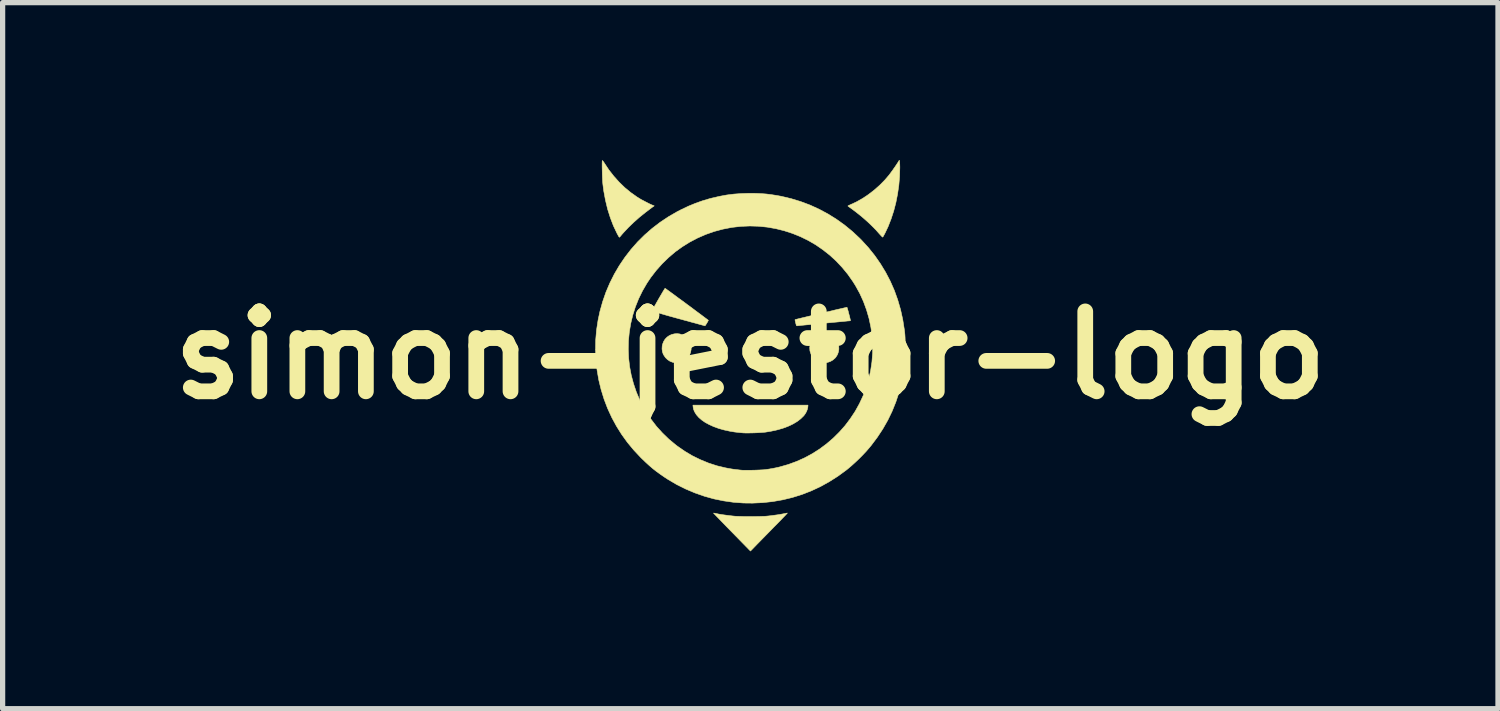
<source format=kicad_pcb>
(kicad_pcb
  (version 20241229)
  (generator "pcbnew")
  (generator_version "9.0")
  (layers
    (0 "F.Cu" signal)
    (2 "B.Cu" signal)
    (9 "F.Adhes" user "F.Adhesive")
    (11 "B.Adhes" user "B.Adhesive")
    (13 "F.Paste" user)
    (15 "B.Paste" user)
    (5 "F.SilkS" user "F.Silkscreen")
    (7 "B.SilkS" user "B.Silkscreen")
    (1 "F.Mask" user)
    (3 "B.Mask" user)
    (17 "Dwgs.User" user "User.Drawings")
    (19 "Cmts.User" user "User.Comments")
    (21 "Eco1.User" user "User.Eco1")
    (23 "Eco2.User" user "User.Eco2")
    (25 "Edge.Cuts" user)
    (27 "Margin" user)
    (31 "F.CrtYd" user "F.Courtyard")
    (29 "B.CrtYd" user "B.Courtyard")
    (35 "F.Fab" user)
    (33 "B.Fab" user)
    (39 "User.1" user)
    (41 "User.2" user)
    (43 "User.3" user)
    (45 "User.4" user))
  (footprint "simon-jestor-logo"
    (layer "F.Cu")
    (at 11.256 3.722)
    (property "Reference" "simon-jestor-logo" (at 0 0 0) (layer "F.SilkS") (effects (font (size 1.524 1.524) (thickness 0.3))))
    (attr through_hole)
    (fp_poly (pts (xy 1.479 -0.403) (xy 1.534 -0.383) (xy 1.534 -0.383) (xy 1.583 -0.353) (xy 1.623 -0.314) (xy 1.653 -0.27) (xy 1.675 -0.221) (xy 1.687 -0.169) (xy 1.689 -0.115) (xy 1.68 -0.062) (xy 1.662 -0.011) (xy 1.632 0.037) (xy 1.618 0.054) (xy 1.575 0.092) (xy 1.526 0.12) (xy 1.474 0.138) (xy 1.418 0.146) (xy 1.363 0.142) (xy 1.332 0.134) (xy 1.277 0.11) (xy 1.229 0.076) (xy 1.189 0.034) (xy 1.159 -0.016) (xy 1.14 -0.072) (xy 1.136 -0.09) (xy 1.133 -0.148) (xy 1.142 -0.203) (xy 1.162 -0.256) (xy 1.195 -0.304) (xy 1.216 -0.327) (xy 1.262 -0.365) (xy 1.313 -0.392) (xy 1.367 -0.407) (xy 1.423 -0.411) (xy 1.479 -0.403)) (stroke (width 0.01) (type solid)) (fill yes) (layer "F.SilkS"))
    (fp_poly (pts (xy -1.343 -0.404) (xy -1.293 -0.388) (xy -1.246 -0.361) (xy -1.204 -0.324) (xy -1.167 -0.275) (xy -1.142 -0.223) (xy -1.129 -0.167) (xy -1.128 -0.111) (xy -1.139 -0.053) (xy -1.156 -0.009) (xy -1.176 0.024) (xy -1.205 0.058) (xy -1.237 0.088) (xy -1.27 0.111) (xy -1.277 0.114) (xy -1.332 0.136) (xy -1.39 0.145) (xy -1.448 0.142) (xy -1.48 0.136) (xy -1.531 0.116) (xy -1.578 0.085) (xy -1.619 0.045) (xy -1.651 -0.003) (xy -1.66 -0.019) (xy -1.676 -0.066) (xy -1.683 -0.119) (xy -1.68 -0.173) (xy -1.673 -0.207) (xy -1.653 -0.26) (xy -1.624 -0.306) (xy -1.587 -0.344) (xy -1.544 -0.374) (xy -1.497 -0.395) (xy -1.446 -0.407) (xy -1.395 -0.411) (xy -1.343 -0.404)) (stroke (width 0.01) (type solid)) (fill yes) (layer "F.SilkS"))
    (fp_poly (pts (xy 1.097 0.991) (xy 1.089 1.029) (xy 1.073 1.072) (xy 1.05 1.114) (xy 1.023 1.151) (xy 1.021 1.154) (xy 0.962 1.212) (xy 0.893 1.265) (xy 0.812 1.313) (xy 0.721 1.356) (xy 0.62 1.394) (xy 0.51 1.425) (xy 0.391 1.451) (xy 0.286 1.468) (xy 0.254 1.471) (xy 0.213 1.474) (xy 0.165 1.477) (xy 0.114 1.48) (xy 0.061 1.482) (xy 0.009 1.483) (xy -0.039 1.484) (xy -0.082 1.484) (xy -0.117 1.483) (xy -0.137 1.482) (xy -0.191 1.477) (xy -0.236 1.472) (xy -0.273 1.468) (xy -0.305 1.464) (xy -0.334 1.459) (xy -0.364 1.454) (xy -0.384 1.451) (xy -0.495 1.427) (xy -0.599 1.398) (xy -0.694 1.364) (xy -0.781 1.325) (xy -0.859 1.283) (xy -0.927 1.236) (xy -0.984 1.186) (xy -1.03 1.133) (xy -1.064 1.077) (xy -1.065 1.075) (xy -1.083 1.028) (xy -1.09 0.991) (xy -1.094 0.953) (xy 1.1 0.953) (xy 1.097 0.991)) (stroke (width 0.01) (type solid)) (fill yes) (layer "F.SilkS"))
    (fp_poly (pts (xy -2.815 -3.707) (xy -2.805 -3.695) (xy -2.791 -3.676) (xy -2.781 -3.66) (xy -2.697 -3.533) (xy -2.603 -3.413) (xy -2.502 -3.3) (xy -2.395 -3.196) (xy -2.281 -3.102) (xy -2.163 -3.018) (xy -2.108 -2.984) (xy -2.076 -2.965) (xy -2.037 -2.945) (xy -1.996 -2.923) (xy -1.955 -2.902) (xy -1.917 -2.883) (xy -1.884 -2.868) (xy -1.859 -2.858) (xy -1.857 -2.857) (xy -1.832 -2.847) (xy -1.87 -2.82) (xy -2 -2.722) (xy -2.12 -2.625) (xy -2.229 -2.528) (xy -2.328 -2.432) (xy -2.415 -2.339) (xy -2.431 -2.321) (xy -2.452 -2.297) (xy -2.47 -2.275) (xy -2.484 -2.259) (xy -2.492 -2.25) (xy -2.492 -2.249) (xy -2.497 -2.249) (xy -2.503 -2.255) (xy -2.513 -2.27) (xy -2.526 -2.294) (xy -2.541 -2.322) (xy -2.61 -2.467) (xy -2.669 -2.621) (xy -2.72 -2.782) (xy -2.761 -2.952) (xy -2.794 -3.129) (xy -2.81 -3.251) (xy -2.813 -3.28) (xy -2.816 -3.316) (xy -2.818 -3.358) (xy -2.82 -3.403) (xy -2.822 -3.451) (xy -2.823 -3.499) (xy -2.824 -3.547) (xy -2.825 -3.591) (xy -2.825 -3.631) (xy -2.825 -3.665) (xy -2.824 -3.69) (xy -2.823 -3.706) (xy -2.821 -3.711) (xy -2.815 -3.707)) (stroke (width 0.01) (type solid)) (fill yes) (layer "F.SilkS"))
    (fp_poly (pts (xy 2.841 -3.716) (xy 2.844 -3.706) (xy 2.845 -3.699) (xy 2.847 -3.684) (xy 2.849 -3.659) (xy 2.85 -3.627) (xy 2.851 -3.591) (xy 2.851 -3.572) (xy 2.846 -3.406) (xy 2.832 -3.24) (xy 2.808 -3.074) (xy 2.776 -2.911) (xy 2.735 -2.752) (xy 2.685 -2.599) (xy 2.628 -2.453) (xy 2.569 -2.328) (xy 2.554 -2.3) (xy 2.541 -2.276) (xy 2.531 -2.259) (xy 2.524 -2.25) (xy 2.524 -2.25) (xy 2.518 -2.254) (xy 2.505 -2.266) (xy 2.488 -2.284) (xy 2.467 -2.307) (xy 2.457 -2.318) (xy 2.392 -2.391) (xy 2.317 -2.467) (xy 2.235 -2.545) (xy 2.149 -2.621) (xy 2.06 -2.694) (xy 1.972 -2.762) (xy 1.941 -2.785) (xy 1.913 -2.805) (xy 1.89 -2.822) (xy 1.872 -2.835) (xy 1.862 -2.843) (xy 1.861 -2.845) (xy 1.866 -2.849) (xy 1.88 -2.856) (xy 1.897 -2.864) (xy 2.017 -2.919) (xy 2.135 -2.985) (xy 2.251 -3.062) (xy 2.363 -3.148) (xy 2.469 -3.242) (xy 2.568 -3.343) (xy 2.646 -3.434) (xy 2.663 -3.457) (xy 2.684 -3.486) (xy 2.708 -3.518) (xy 2.732 -3.553) (xy 2.757 -3.588) (xy 2.78 -3.622) (xy 2.801 -3.654) (xy 2.818 -3.68) (xy 2.831 -3.701) (xy 2.838 -3.714) (xy 2.839 -3.717) (xy 2.841 -3.716)) (stroke (width 0.01) (type solid)) (fill yes) (layer "F.SilkS"))
    (fp_poly (pts (xy 0.704 3.014) (xy 0.692 3.027) (xy 0.674 3.047) (xy 0.649 3.073) (xy 0.618 3.105) (xy 0.583 3.142) (xy 0.543 3.183) (xy 0.5 3.227) (xy 0.488 3.239) (xy 0.438 3.289) (xy 0.387 3.342) (xy 0.335 3.395) (xy 0.284 3.447) (xy 0.236 3.496) (xy 0.192 3.541) (xy 0.155 3.579) (xy 0.133 3.601) (xy 0.003 3.735) (xy -0.35 3.374) (xy -0.405 3.318) (xy -0.458 3.264) (xy -0.507 3.213) (xy -0.552 3.167) (xy -0.592 3.125) (xy -0.627 3.089) (xy -0.656 3.059) (xy -0.679 3.035) (xy -0.694 3.019) (xy -0.701 3.012) (xy -0.701 3.011) (xy -0.695 3.011) (xy -0.679 3.014) (xy -0.657 3.018) (xy -0.656 3.018) (xy -0.601 3.03) (xy -0.535 3.041) (xy -0.461 3.051) (xy -0.382 3.061) (xy -0.318 3.068) (xy -0.286 3.071) (xy -0.243 3.073) (xy -0.192 3.074) (xy -0.134 3.076) (xy -0.072 3.076) (xy -0.008 3.077) (xy 0.057 3.076) (xy 0.12 3.076) (xy 0.179 3.075) (xy 0.233 3.073) (xy 0.279 3.072) (xy 0.314 3.069) (xy 0.324 3.068) (xy 0.383 3.062) (xy 0.443 3.054) (xy 0.503 3.046) (xy 0.558 3.038) (xy 0.607 3.029) (xy 0.644 3.022) (xy 0.67 3.017) (xy 0.691 3.013) (xy 0.704 3.01) (xy 0.707 3.01) (xy 0.704 3.014)) (stroke (width 0.01) (type solid)) (fill yes) (layer "F.SilkS"))
    (fp_poly (pts (xy 1.846 -0.907) (xy 1.851 -0.89) (xy 1.858 -0.866) (xy 1.867 -0.836) (xy 1.875 -0.803) (xy 1.884 -0.769) (xy 1.893 -0.735) (xy 1.9 -0.705) (xy 1.906 -0.681) (xy 1.909 -0.664) (xy 1.91 -0.657) (xy 1.91 -0.657) (xy 1.903 -0.656) (xy 1.885 -0.654) (xy 1.856 -0.652) (xy 1.818 -0.648) (xy 1.771 -0.643) (xy 1.715 -0.638) (xy 1.653 -0.632) (xy 1.586 -0.626) (xy 1.513 -0.619) (xy 1.436 -0.612) (xy 1.419 -0.61) (xy 1.341 -0.603) (xy 1.266 -0.596) (xy 1.196 -0.589) (xy 1.131 -0.583) (xy 1.072 -0.578) (xy 1.02 -0.573) (xy 0.977 -0.569) (xy 0.943 -0.565) (xy 0.92 -0.563) (xy 0.908 -0.562) (xy 0.907 -0.561) (xy 0.891 -0.56) (xy 0.881 -0.563) (xy 0.881 -0.563) (xy 0.877 -0.572) (xy 0.872 -0.589) (xy 0.866 -0.611) (xy 0.861 -0.634) (xy 0.856 -0.655) (xy 0.853 -0.67) (xy 0.853 -0.677) (xy 0.859 -0.679) (xy 0.877 -0.684) (xy 0.905 -0.691) (xy 0.942 -0.7) (xy 0.987 -0.711) (xy 1.038 -0.723) (xy 1.095 -0.737) (xy 1.157 -0.752) (xy 1.221 -0.767) (xy 1.288 -0.783) (xy 1.356 -0.8) (xy 1.424 -0.816) (xy 1.49 -0.831) (xy 1.554 -0.846) (xy 1.614 -0.861) (xy 1.67 -0.874) (xy 1.72 -0.885) (xy 1.763 -0.895) (xy 1.798 -0.903) (xy 1.824 -0.909) (xy 1.839 -0.912) (xy 1.843 -0.913) (xy 1.846 -0.907)) (stroke (width 0.01) (type solid)) (fill yes) (layer "F.SilkS"))
    (fp_poly (pts (xy -1.619 -1.271) (xy -1.603 -1.26) (xy -1.579 -1.242) (xy -1.548 -1.22) (xy -1.51 -1.192) (xy -1.467 -1.161) (xy -1.42 -1.126) (xy -1.369 -1.088) (xy -1.315 -1.049) (xy -1.259 -1.008) (xy -1.203 -0.966) (xy -1.147 -0.925) (xy -1.092 -0.884) (xy -1.039 -0.844) (xy -0.989 -0.807) (xy -0.943 -0.773) (xy -0.902 -0.742) (xy -0.866 -0.715) (xy -0.838 -0.694) (xy -0.816 -0.678) (xy -0.804 -0.668) (xy -0.8 -0.665) (xy -0.803 -0.657) (xy -0.811 -0.642) (xy -0.822 -0.623) (xy -0.834 -0.602) (xy -0.847 -0.583) (xy -0.857 -0.568) (xy -0.863 -0.56) (xy -0.864 -0.56) (xy -0.87 -0.561) (xy -0.888 -0.566) (xy -0.916 -0.574) (xy -0.954 -0.584) (xy -1 -0.597) (xy -1.054 -0.612) (xy -1.115 -0.628) (xy -1.182 -0.647) (xy -1.254 -0.666) (xy -1.329 -0.687) (xy -1.372 -0.698) (xy -1.454 -0.721) (xy -1.531 -0.742) (xy -1.602 -0.762) (xy -1.667 -0.781) (xy -1.724 -0.797) (xy -1.774 -0.811) (xy -1.814 -0.823) (xy -1.845 -0.833) (xy -1.865 -0.839) (xy -1.875 -0.843) (xy -1.875 -0.843) (xy -1.871 -0.852) (xy -1.862 -0.869) (xy -1.848 -0.894) (xy -1.831 -0.925) (xy -1.81 -0.962) (xy -1.788 -1.001) (xy -1.764 -1.043) (xy -1.74 -1.085) (xy -1.716 -1.126) (xy -1.693 -1.165) (xy -1.672 -1.201) (xy -1.654 -1.231) (xy -1.64 -1.254) (xy -1.63 -1.269) (xy -1.626 -1.275) (xy -1.626 -1.275) (xy -1.619 -1.271)) (stroke (width 0.01) (type solid)) (fill yes) (layer "F.SilkS"))
    (fp_poly (pts (xy 0.111 -3.085) (xy 0.211 -3.08) (xy 0.306 -3.073) (xy 0.4 -3.061) (xy 0.498 -3.046) (xy 0.591 -3.029) (xy 0.777 -2.985) (xy 0.96 -2.929) (xy 1.139 -2.862) (xy 1.312 -2.783) (xy 1.48 -2.693) (xy 1.642 -2.592) (xy 1.797 -2.481) (xy 1.946 -2.359) (xy 2.086 -2.228) (xy 2.118 -2.196) (xy 2.251 -2.051) (xy 2.372 -1.9) (xy 2.482 -1.742) (xy 2.581 -1.579) (xy 2.669 -1.41) (xy 2.746 -1.235) (xy 2.811 -1.054) (xy 2.865 -0.868) (xy 2.907 -0.677) (xy 2.938 -0.48) (xy 2.944 -0.431) (xy 2.948 -0.388) (xy 2.951 -0.335) (xy 2.953 -0.275) (xy 2.955 -0.21) (xy 2.956 -0.143) (xy 2.956 -0.076) (xy 2.955 -0.012) (xy 2.953 0.047) (xy 2.95 0.097) (xy 2.947 0.133) (xy 2.921 0.332) (xy 2.884 0.525) (xy 2.835 0.712) (xy 2.775 0.893) (xy 2.704 1.069) (xy 2.622 1.239) (xy 2.528 1.404) (xy 2.422 1.565) (xy 2.305 1.721) (xy 2.266 1.768) (xy 2.209 1.834) (xy 2.144 1.903) (xy 2.074 1.974) (xy 2 2.044) (xy 1.927 2.11) (xy 1.857 2.169) (xy 1.827 2.193) (xy 1.668 2.309) (xy 1.504 2.413) (xy 1.336 2.506) (xy 1.162 2.587) (xy 0.985 2.656) (xy 0.803 2.713) (xy 0.617 2.758) (xy 0.428 2.791) (xy 0.236 2.812) (xy 0.04 2.821) (xy -0.13 2.819) (xy -0.32 2.805) (xy -0.508 2.778) (xy -0.694 2.74) (xy -0.877 2.689) (xy -1.057 2.626) (xy -1.232 2.552) (xy -1.403 2.467) (xy -1.568 2.37) (xy -1.631 2.329) (xy -1.711 2.274) (xy -1.786 2.22) (xy -1.856 2.165) (xy -1.925 2.106) (xy -1.996 2.041) (xy -2.07 1.97) (xy -2.093 1.947) (xy -2.224 1.807) (xy -2.344 1.662) (xy -2.453 1.511) (xy -2.552 1.353) (xy -2.641 1.189) (xy -2.721 1.015) (xy -2.789 0.837) (xy -2.845 0.655) (xy -2.89 0.47) (xy -2.922 0.283) (xy -2.943 0.094) (xy -2.951 -0.096) (xy -2.951 -0.11) (xy -2.327 -0.11) (xy -2.32 0.055) (xy -2.301 0.22) (xy -2.27 0.383) (xy -2.227 0.544) (xy -2.173 0.703) (xy -2.107 0.858) (xy -2.071 0.93) (xy -1.986 1.081) (xy -1.892 1.223) (xy -1.789 1.358) (xy -1.675 1.484) (xy -1.552 1.603) (xy -1.418 1.714) (xy -1.386 1.738) (xy -1.247 1.834) (xy -1.102 1.92) (xy -0.95 1.994) (xy -0.794 2.058) (xy -0.634 2.11) (xy -0.47 2.149) (xy -0.406 2.161) (xy -0.366 2.168) (xy -0.328 2.174) (xy -0.289 2.179) (xy -0.246 2.184) (xy -0.196 2.19) (xy -0.162 2.193) (xy -0.14 2.195) (xy -0.108 2.195) (xy -0.068 2.195) (xy -0.022 2.195) (xy 0.028 2.194) (xy 0.079 2.193) (xy 0.13 2.191) (xy 0.178 2.189) (xy 0.22 2.187) (xy 0.255 2.185) (xy 0.28 2.182) (xy 0.283 2.182) (xy 0.355 2.172) (xy 0.42 2.161) (xy 0.481 2.149) (xy 0.544 2.135) (xy 0.564 2.13) (xy 0.725 2.084) (xy 0.883 2.026) (xy 1.035 1.958) (xy 1.181 1.879) (xy 1.321 1.79) (xy 1.454 1.691) (xy 1.58 1.583) (xy 1.698 1.466) (xy 1.808 1.342) (xy 1.908 1.209) (xy 2 1.07) (xy 2.081 0.924) (xy 2.152 0.772) (xy 2.207 0.625) (xy 2.257 0.462) (xy 2.294 0.296) (xy 2.319 0.129) (xy 2.332 -0.039) (xy 2.333 -0.207) (xy 2.322 -0.374) (xy 2.298 -0.539) (xy 2.263 -0.703) (xy 2.216 -0.864) (xy 2.158 -1.022) (xy 2.088 -1.176) (xy 2.006 -1.325) (xy 1.957 -1.403) (xy 1.859 -1.543) (xy 1.752 -1.673) (xy 1.637 -1.795) (xy 1.514 -1.908) (xy 1.384 -2.01) (xy 1.248 -2.104) (xy 1.105 -2.187) (xy 0.958 -2.259) (xy 0.805 -2.321) (xy 0.648 -2.372) (xy 0.488 -2.412) (xy 0.325 -2.441) (xy 0.159 -2.458) (xy -0.009 -2.463) (xy -0.178 -2.456) (xy -0.347 -2.437) (xy -0.359 -2.435) (xy -0.527 -2.402) (xy -0.691 -2.358) (xy -0.85 -2.302) (xy -1.004 -2.235) (xy -1.153 -2.157) (xy -1.296 -2.068) (xy -1.432 -1.97) (xy -1.56 -1.861) (xy -1.681 -1.743) (xy -1.794 -1.616) (xy -1.899 -1.48) (xy -1.97 -1.374) (xy -2.055 -1.228) (xy -2.129 -1.077) (xy -2.191 -0.922) (xy -2.241 -0.764) (xy -2.28 -0.603) (xy -2.307 -0.44) (xy -2.323 -0.275) (xy -2.327 -0.11) (xy -2.951 -0.11) (xy -2.948 -0.287) (xy -2.932 -0.477) (xy -2.903 -0.666) (xy -2.867 -0.835) (xy -2.815 -1.021) (xy -2.752 -1.202) (xy -2.677 -1.378) (xy -2.592 -1.547) (xy -2.496 -1.711) (xy -2.39 -1.867) (xy -2.275 -2.016) (xy -2.15 -2.158) (xy -2.016 -2.291) (xy -1.873 -2.416) (xy -1.722 -2.532) (xy -1.563 -2.638) (xy -1.396 -2.735) (xy -1.314 -2.777) (xy -1.179 -2.841) (xy -1.048 -2.895) (xy -0.916 -2.942) (xy -0.779 -2.983) (xy -0.724 -2.997) (xy -0.585 -3.029) (xy -0.45 -3.054) (xy -0.316 -3.071) (xy -0.179 -3.081) (xy -0.035 -3.086) (xy 0.003 -3.086) (xy 0.111 -3.085)) (stroke (width 0.01) (type solid)) (fill yes) (layer "F.SilkS")))
  (gr_rect
    (start -3 -3)
    (end 25.512 10.462)
    (stroke (width 0.1) (type default))
    (fill no)
    (layer "Edge.Cuts")))
</source>
